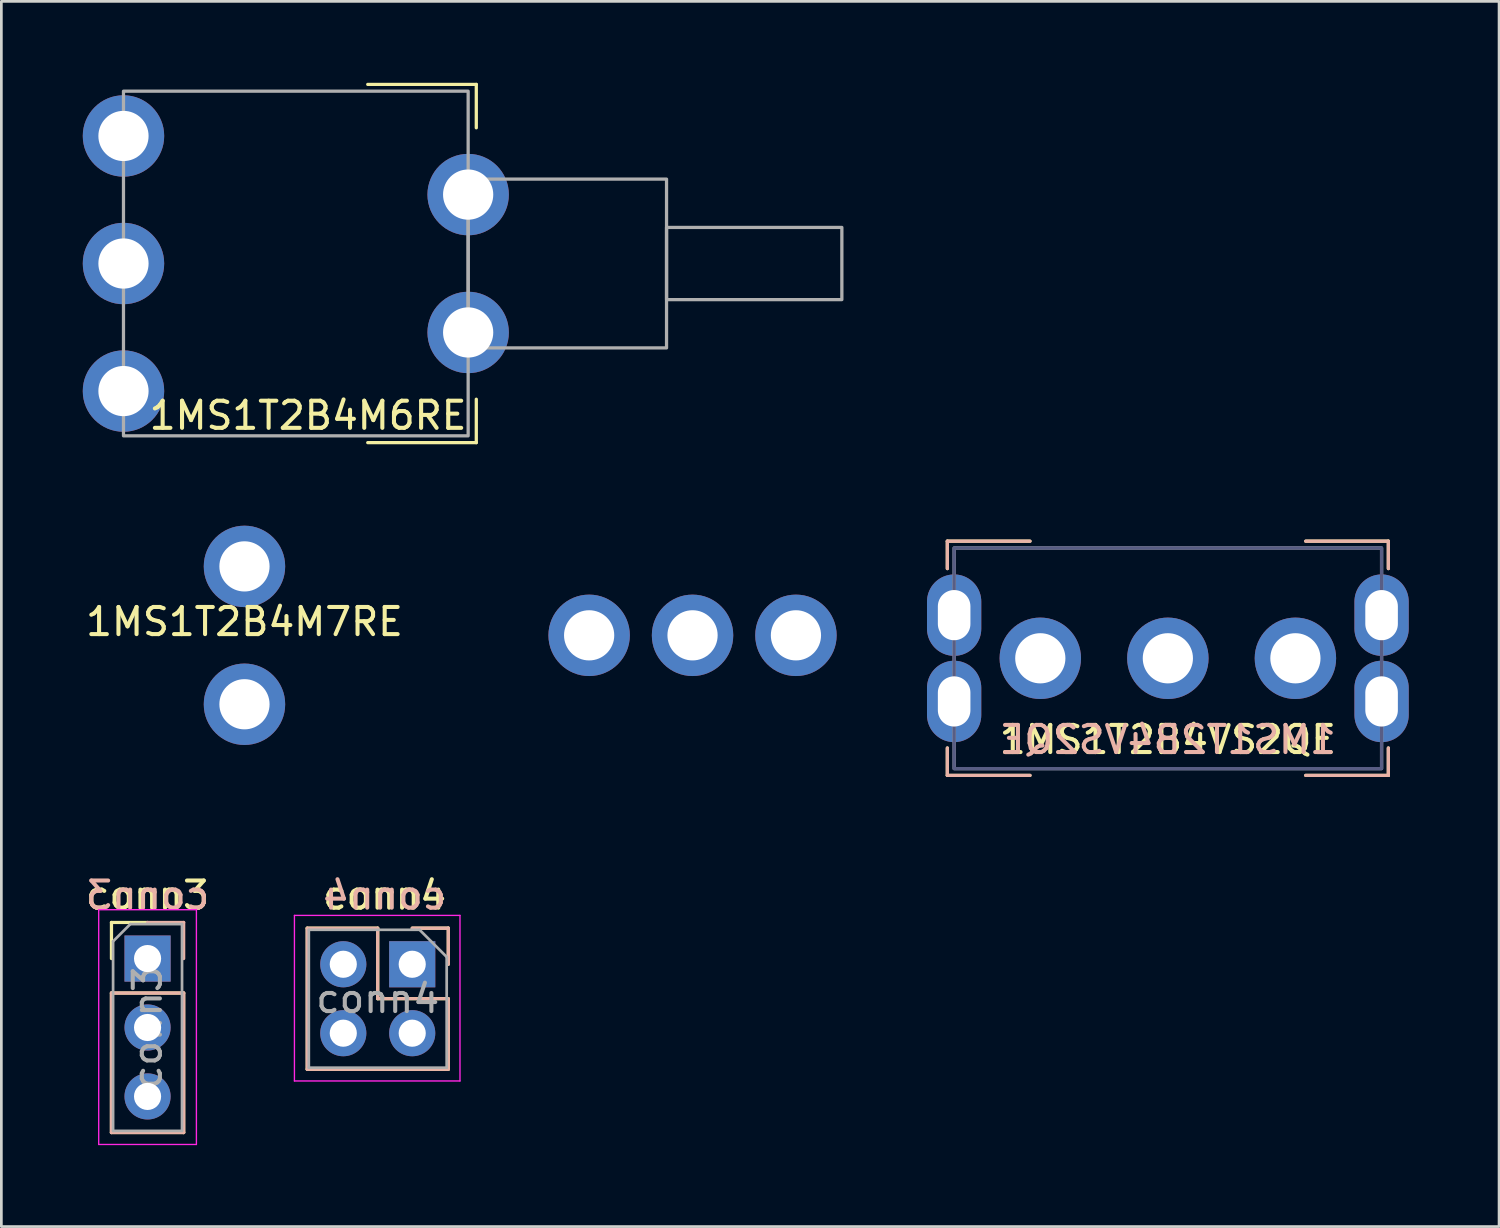
<source format=kicad_pcb>
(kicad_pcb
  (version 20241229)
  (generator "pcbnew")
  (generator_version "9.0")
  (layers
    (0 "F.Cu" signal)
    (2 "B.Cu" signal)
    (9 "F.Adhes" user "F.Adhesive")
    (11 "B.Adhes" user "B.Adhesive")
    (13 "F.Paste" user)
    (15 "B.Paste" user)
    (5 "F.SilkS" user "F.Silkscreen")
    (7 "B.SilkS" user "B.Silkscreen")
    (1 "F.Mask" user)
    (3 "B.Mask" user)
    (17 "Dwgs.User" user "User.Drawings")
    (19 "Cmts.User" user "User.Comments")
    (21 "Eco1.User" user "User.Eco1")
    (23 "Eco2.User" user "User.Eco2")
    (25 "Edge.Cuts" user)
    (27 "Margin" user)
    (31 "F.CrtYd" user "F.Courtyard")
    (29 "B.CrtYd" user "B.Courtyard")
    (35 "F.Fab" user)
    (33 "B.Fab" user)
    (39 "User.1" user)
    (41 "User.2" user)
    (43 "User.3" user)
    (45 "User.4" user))
  (footprint "1MS1T2B4VS2QE"
    (layer "F.Cu")
    (at 39.982 21.206)
    (property "Reference" "1MS1T2B4VS2QE" (at 0 3 0) (unlocked yes) (layer "F.SilkS") (effects (font (size 1 1) (thickness 0.15))))
    (fp_line (start -8.125 -4.315) (end -8.125 -3.306) (stroke (width 0.12) (type solid)) (layer "F.SilkS"))
    (fp_line (start -8.125 -4.315) (end -5.08 -4.315) (stroke (width 0.12) (type solid)) (layer "F.SilkS"))
    (fp_line (start -8.125 4.315) (end -8.125 3.306) (stroke (width 0.12) (type solid)) (layer "F.SilkS"))
    (fp_line (start -8.125 4.315) (end -5.08 4.315) (stroke (width 0.12) (type solid)) (layer "F.SilkS"))
    (fp_line (start 8.125 -4.315) (end 5.08 -4.315) (stroke (width 0.12) (type solid)) (layer "F.SilkS"))
    (fp_line (start 8.125 -4.315) (end 8.125 -3.306) (stroke (width 0.12) (type solid)) (layer "F.SilkS"))
    (fp_line (start 8.125 4.315) (end 5.08 4.315) (stroke (width 0.12) (type solid)) (layer "F.SilkS"))
    (fp_line (start 8.125 4.315) (end 8.125 3.306) (stroke (width 0.12) (type solid)) (layer "F.SilkS"))
    (fp_line (start -8.125 -4.315) (end -8.125 -3.306) (stroke (width 0.12) (type solid)) (layer "B.SilkS"))
    (fp_line (start -8.125 -4.315) (end -5.08 -4.315) (stroke (width 0.12) (type solid)) (layer "B.SilkS"))
    (fp_line (start -8.125 4.315) (end -8.125 3.306) (stroke (width 0.12) (type solid)) (layer "B.SilkS"))
    (fp_line (start -8.125 4.315) (end -5.08 4.315) (stroke (width 0.12) (type solid)) (layer "B.SilkS"))
    (fp_line (start 8.125 -4.315) (end 5.08 -4.315) (stroke (width 0.12) (type solid)) (layer "B.SilkS"))
    (fp_line (start 8.125 -4.315) (end 8.125 -3.306) (stroke (width 0.12) (type solid)) (layer "B.SilkS"))
    (fp_line (start 8.125 4.315) (end 5.08 4.315) (stroke (width 0.12) (type solid)) (layer "B.SilkS"))
    (fp_line (start 8.125 4.315) (end 8.125 3.306) (stroke (width 0.12) (type solid)) (layer "B.SilkS"))
    (fp_rect (start -9.144 4.826) (end 9.144 -4.826) (stroke (width 0.12) (type solid)) (fill no) (layer "Eco1.User"))
    (fp_rect (start 7.875 -4.065) (end -7.875 4.065) (stroke (width 0.12) (type solid)) (fill no) (layer "B.Fab"))
    (fp_rect (start -7.875 -4.065) (end 7.875 4.065) (stroke (width 0.12) (type solid)) (fill no) (layer "F.Fab"))
    (fp_text user "${REFERENCE}" (at 0 3 0) (unlocked yes) (layer "B.SilkS") (effects (font (size 1 1) (thickness 0.15)) (justify mirror)))
    (pad "" thru_hole oval (at -7.875 -1.59) (size 2 3) (drill oval 1.2 1.85) (layers "*.Cu" "*.Mask"))
    (pad "" thru_hole oval (at -7.875 1.59) (size 2 3) (drill oval 1.2 1.85) (layers "*.Cu" "*.Mask"))
    (pad "" thru_hole oval (at 7.875 -1.59) (size 2 3) (drill oval 1.2 1.85) (layers "*.Cu" "*.Mask"))
    (pad "" thru_hole oval (at 7.875 1.59) (size 2 3) (drill oval 1.2 1.85) (layers "*.Cu" "*.Mask"))
    (pad "1" thru_hole circle (at -4.7 0) (size 3 3) (drill 1.85) (layers "*.Cu" "*.Mask"))
    (pad "2" thru_hole circle (at 0 0) (size 3 3) (drill 1.85) (layers "*.Cu" "*.Mask"))
    (pad "3" thru_hole circle (at 4.7 0) (size 3 3) (drill 1.85) (layers "*.Cu" "*.Mask")))
  (footprint "conn4"
    (layer "F.Cu")
    (at 12.139 32.48)
    (property "Reference" "conn4" (at -1.016 -2.54 0) (layer "F.SilkS") (effects (font (size 1 1) (thickness 0.15))))
    (attr through_hole)
    (fp_line (start -3.87 -1.33) (end -3.87 3.87) (stroke (width 0.12) (type solid)) (layer "F.SilkS"))
    (fp_line (start -3.87 -1.33) (end -1.27 -1.33) (stroke (width 0.12) (type solid)) (layer "F.SilkS"))
    (fp_line (start -3.87 3.87) (end 1.33 3.87) (stroke (width 0.12) (type solid)) (layer "F.SilkS"))
    (fp_line (start -1.27 -1.33) (end -1.27 1.27) (stroke (width 0.12) (type solid)) (layer "F.SilkS"))
    (fp_line (start -1.27 1.27) (end 1.33 1.27) (stroke (width 0.12) (type solid)) (layer "F.SilkS"))
    (fp_line (start 0 -1.33) (end 1.33 -1.33) (stroke (width 0.12) (type solid)) (layer "F.SilkS"))
    (fp_line (start 1.33 -1.33) (end 1.33 0) (stroke (width 0.12) (type solid)) (layer "F.SilkS"))
    (fp_line (start 1.33 1.27) (end 1.33 3.87) (stroke (width 0.12) (type solid)) (layer "F.SilkS"))
    (fp_line (start -3.87 -1.33) (end -1.27 -1.33) (stroke (width 0.1) (type solid)) (layer "B.SilkS"))
    (fp_line (start -3.87 3.87) (end -3.87 -1.33) (stroke (width 0.1) (type solid)) (layer "B.SilkS"))
    (fp_line (start -1.27 -1.33) (end -1.27 -1.33) (stroke (width 0.1) (type solid)) (layer "B.SilkS"))
    (fp_line (start -1.27 -1.33) (end -1.27 1.27) (stroke (width 0.1) (type solid)) (layer "B.SilkS"))
    (fp_line (start -1.27 1.27) (end 1.33 1.27) (stroke (width 0.1) (type solid)) (layer "B.SilkS"))
    (fp_line (start 0 -1.33) (end 1.33 -1.33) (stroke (width 0.12) (type solid)) (layer "B.SilkS"))
    (fp_line (start 1.33 -1.33) (end 1.33 0) (stroke (width 0.12) (type solid)) (layer "B.SilkS"))
    (fp_line (start 1.33 1.27) (end 1.33 3.87) (stroke (width 0.1) (type solid)) (layer "B.SilkS"))
    (fp_line (start 1.33 3.87) (end -3.87 3.87) (stroke (width 0.1) (type solid)) (layer "B.SilkS"))
    (fp_poly (pts (xy -1.27 -1.33) (xy -1.27 1.27) (xy 1.33 1.27) (xy 1.33 3.87) (xy -3.87 3.87) (xy -3.87 -1.33) (xy -1.27 -1.33)) (stroke (width 0.1) (type solid)) (fill no) (layer "B.SilkS"))
    (fp_line (start -4.34 -1.8) (end 1.76 -1.8) (stroke (width 0.05) (type solid)) (layer "F.CrtYd"))
    (fp_line (start -4.34 4.3) (end -4.34 -1.8) (stroke (width 0.05) (type solid)) (layer "F.CrtYd"))
    (fp_line (start 1.76 -1.8) (end 1.76 4.3) (stroke (width 0.05) (type solid)) (layer "F.CrtYd"))
    (fp_line (start 1.76 4.3) (end -4.34 4.3) (stroke (width 0.05) (type solid)) (layer "F.CrtYd"))
    (fp_line (start -3.81 -1.27) (end 0.27 -1.27) (stroke (width 0.1) (type solid)) (layer "F.Fab"))
    (fp_line (start -3.81 3.81) (end -3.81 -1.27) (stroke (width 0.1) (type solid)) (layer "F.Fab"))
    (fp_line (start 0.27 -1.27) (end 1.27 -0.27) (stroke (width 0.1) (type solid)) (layer "F.Fab"))
    (fp_line (start 1.27 -0.27) (end 1.27 3.81) (stroke (width 0.1) (type solid)) (layer "F.Fab"))
    (fp_line (start 1.27 3.81) (end -3.81 3.81) (stroke (width 0.1) (type solid)) (layer "F.Fab"))
    (fp_text user "${REFERENCE}" (at -1.016 -2.54 0) (layer "B.SilkS") (effects (font (size 1 1) (thickness 0.15)) (justify mirror)))
    (fp_text user "${REFERENCE}" (at -1.27 1.27 0) (layer "F.Fab") (effects (font (size 1 1) (thickness 0.15))))
    (pad "1" thru_hole rect (at 0 0) (size 1.7 1.7) (drill 1) (layers "*.Cu" "*.Mask"))
    (pad "2" thru_hole oval (at -2.54 0) (size 1.7 1.7) (drill 1) (layers "*.Cu" "*.Mask"))
    (pad "3" thru_hole oval (at 0 2.54) (size 1.7 1.7) (drill 1) (layers "*.Cu" "*.Mask"))
    (pad "4" thru_hole oval (at -2.54 2.54) (size 1.7 1.7) (drill 1) (layers "*.Cu" "*.Mask")))
  (footprint "conn3"
    (layer "F.Cu")
    (at 2.387 32.27)
    (property "Reference" "conn3" (at 0 -2.33 0) (layer "F.SilkS") (effects (font (size 1 1) (thickness 0.15))))
    (attr through_hole)
    (fp_line (start -1.33 -1.33) (end 0 -1.33) (stroke (width 0.12) (type solid)) (layer "F.SilkS"))
    (fp_line (start -1.33 0) (end -1.33 -1.33) (stroke (width 0.12) (type solid)) (layer "F.SilkS"))
    (fp_line (start -1.33 1.27) (end -1.33 6.41) (stroke (width 0.12) (type solid)) (layer "F.SilkS"))
    (fp_line (start -1.33 1.27) (end 1.33 1.27) (stroke (width 0.12) (type solid)) (layer "F.SilkS"))
    (fp_line (start -1.33 6.41) (end 1.33 6.41) (stroke (width 0.12) (type solid)) (layer "F.SilkS"))
    (fp_line (start 1.33 1.27) (end 1.33 6.41) (stroke (width 0.12) (type solid)) (layer "F.SilkS"))
    (fp_line (start -1.33 1.27) (end -1.33 6.41) (stroke (width 0.12) (type solid)) (layer "B.SilkS"))
    (fp_line (start 1.33 -1.33) (end 0 -1.33) (stroke (width 0.12) (type solid)) (layer "B.SilkS"))
    (fp_line (start 1.33 0) (end 1.33 -1.33) (stroke (width 0.12) (type solid)) (layer "B.SilkS"))
    (fp_line (start 1.33 1.27) (end -1.33 1.27) (stroke (width 0.12) (type solid)) (layer "B.SilkS"))
    (fp_line (start 1.33 1.27) (end 1.33 6.41) (stroke (width 0.12) (type solid)) (layer "B.SilkS"))
    (fp_line (start 1.33 6.41) (end -1.33 6.41) (stroke (width 0.12) (type solid)) (layer "B.SilkS"))
    (fp_line (start -1.8 -1.8) (end -1.8 6.85) (stroke (width 0.05) (type solid)) (layer "F.CrtYd"))
    (fp_line (start -1.8 6.85) (end 1.8 6.85) (stroke (width 0.05) (type solid)) (layer "F.CrtYd"))
    (fp_line (start 1.8 -1.8) (end -1.8 -1.8) (stroke (width 0.05) (type solid)) (layer "F.CrtYd"))
    (fp_line (start 1.8 6.85) (end 1.8 -1.8) (stroke (width 0.05) (type solid)) (layer "F.CrtYd"))
    (fp_line (start -1.27 -0.635) (end -0.635 -1.27) (stroke (width 0.1) (type solid)) (layer "F.Fab"))
    (fp_line (start -1.27 6.35) (end -1.27 -0.635) (stroke (width 0.1) (type solid)) (layer "F.Fab"))
    (fp_line (start -0.635 -1.27) (end 1.27 -1.27) (stroke (width 0.1) (type solid)) (layer "F.Fab"))
    (fp_line (start 1.27 -1.27) (end 1.27 6.35) (stroke (width 0.1) (type solid)) (layer "F.Fab"))
    (fp_line (start 1.27 6.35) (end -1.27 6.35) (stroke (width 0.1) (type solid)) (layer "F.Fab"))
    (fp_text user "${REFERENCE}" (at 0 -2.33 0) (layer "B.SilkS") (effects (font (size 1 1) (thickness 0.15)) (justify mirror)))
    (fp_text user "${REFERENCE}" (at 0 2.54 90) (layer "F.Fab") (effects (font (size 1 1) (thickness 0.15))))
    (pad "1" thru_hole rect (at 0 0) (size 1.7 1.7) (drill 1) (layers "*.Cu" "*.Mask"))
    (pad "2" thru_hole oval (at 0 2.54) (size 1.7 1.7) (drill 1) (layers "*.Cu" "*.Mask"))
    (pad "3" thru_hole oval (at 0 5.08) (size 1.7 1.7) (drill 1) (layers "*.Cu" "*.Mask")))
  (footprint "1MS1T2B4M7RE"
    (layer "F.Cu")
    (at 5.958 20.36)
    (property "Reference" "1MS1T2B4M7RE" (at 0 -0.5 0) (unlocked yes) (layer "F.SilkS") (effects (font (size 1 1) (thickness 0.15))))
    (pad "" thru_hole circle (at 0 -2.54) (size 3 3) (drill 1.85) (layers "*.Cu" "*.Mask"))
    (pad "" thru_hole circle (at 0 2.54) (size 3 3) (drill 1.85) (layers "*.Cu" "*.Mask"))
    (pad "1" thru_hole circle (at 12.7 0) (size 3 3) (drill 1.85) (layers "*.Cu" "*.Mask"))
    (pad "2" thru_hole circle (at 16.51 0) (size 3 3) (drill 1.85) (layers "*.Cu" "*.Mask"))
    (pad "3" thru_hole circle (at 20.32 0) (size 3 3) (drill 1.85) (layers "*.Cu" "*.Mask")))
  (footprint "1MS1T2B4M6RE"
    (layer "F.Cu")
    (at 1.5 6.66)
    (property "Reference" "1MS1T2B4M6RE" (at 6.8 5.6 0) (unlocked yes) (layer "F.SilkS") (effects (font (size 1 1) (thickness 0.15))))
    (fp_line (start 13 -6.6) (end 9 -6.6) (stroke (width 0.12) (type solid)) (layer "F.SilkS"))
    (fp_line (start 13 -5) (end 13 -6.6) (stroke (width 0.12) (type solid)) (layer "F.SilkS"))
    (fp_line (start 13 5) (end 13 6.6) (stroke (width 0.12) (type solid)) (layer "F.SilkS"))
    (fp_line (start 13 6.6) (end 9 6.6) (stroke (width 0.12) (type solid)) (layer "F.SilkS"))
    (fp_rect (start 0 -6.35) (end 12.7 6.35) (stroke (width 0.12) (type solid)) (fill no) (layer "F.Fab"))
    (fp_rect (start 12.7 -3.11) (end 20.01 3.11) (stroke (width 0.12) (type solid)) (fill no) (layer "F.Fab"))
    (fp_rect (start 20.01 -1.33) (end 26.47 1.33) (stroke (width 0.12) (type solid)) (fill no) (layer "F.Fab"))
    (pad "" thru_hole circle (at 12.7 -2.54) (size 3 3) (drill 1.85) (layers "*.Cu" "*.Mask"))
    (pad "" thru_hole circle (at 12.7 2.54) (size 3 3) (drill 1.85) (layers "*.Cu" "*.Mask"))
    (pad "1" thru_hole circle (at 0 -4.7) (size 3 3) (drill 1.85) (layers "*.Cu" "*.Mask"))
    (pad "2" thru_hole circle (at 0 0) (size 3 3) (drill 1.85) (layers "*.Cu" "*.Mask"))
    (pad "3" thru_hole circle (at 0 4.7) (size 3 3) (drill 1.85) (layers "*.Cu" "*.Mask")))
  (gr_rect
    (start -3 -3)
    (end 52.186 42.145)
    (stroke (width 0.1) (type default))
    (fill no)
    (layer "Edge.Cuts")))
</source>
